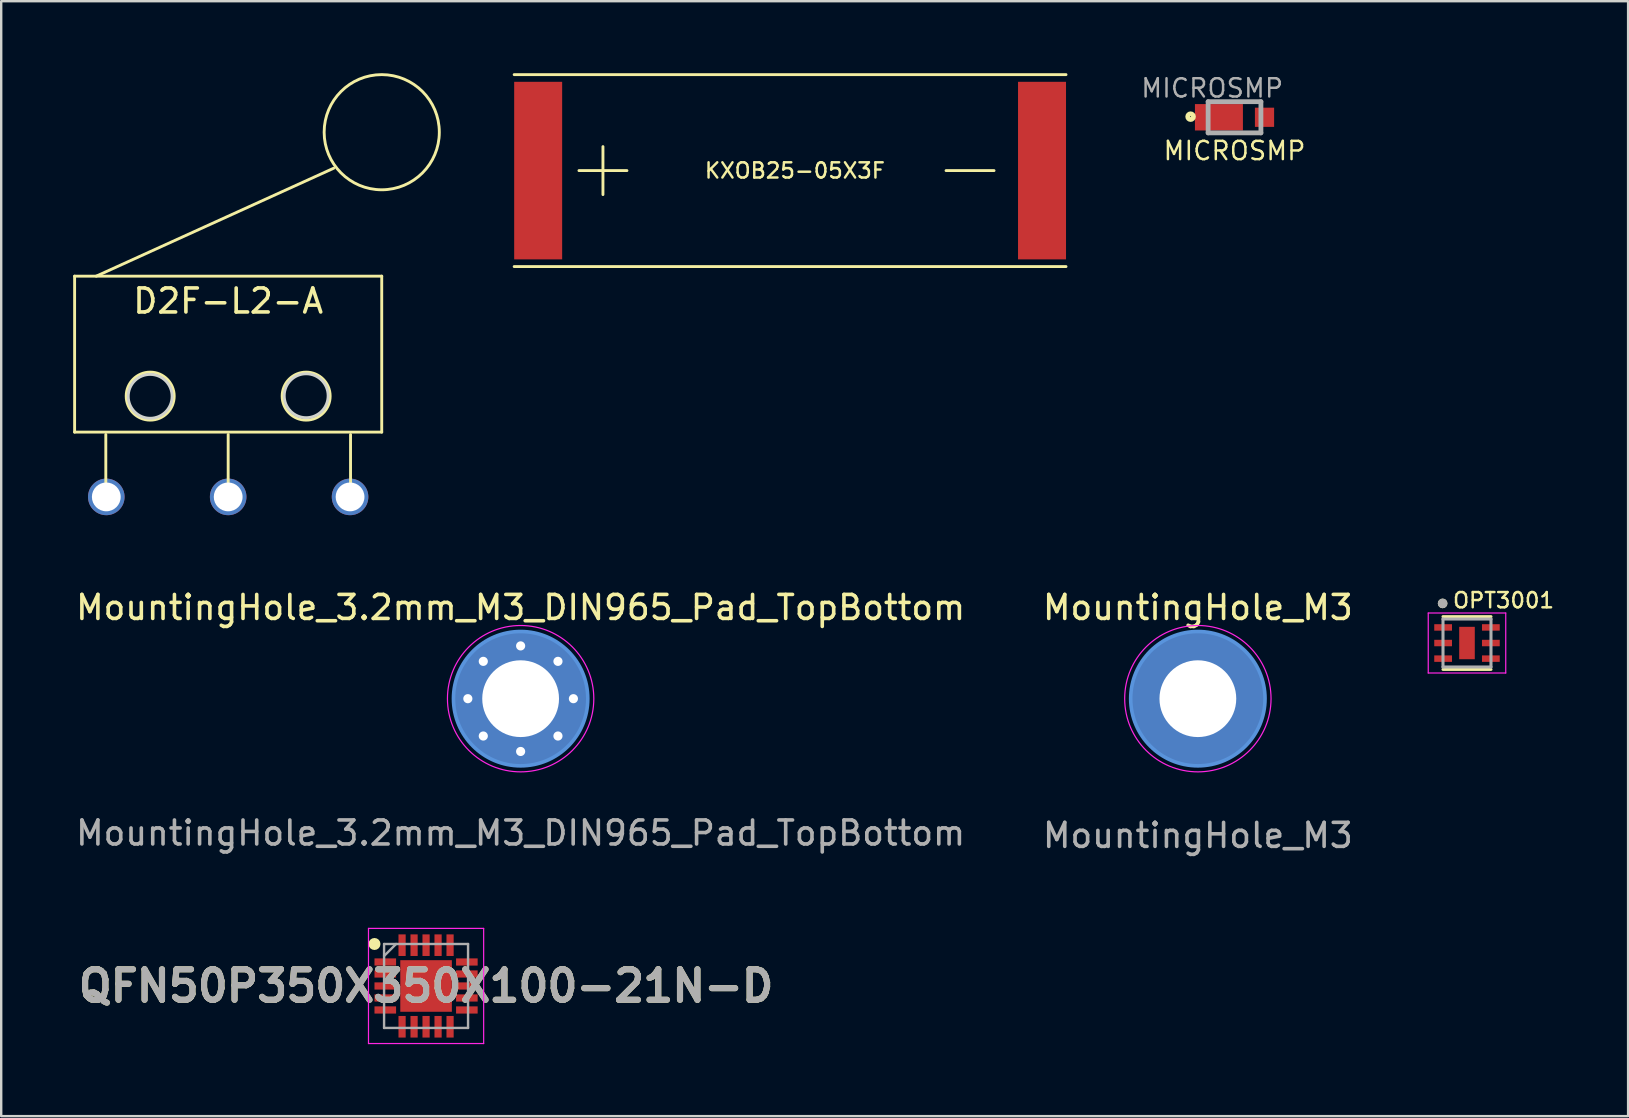
<source format=kicad_pcb>
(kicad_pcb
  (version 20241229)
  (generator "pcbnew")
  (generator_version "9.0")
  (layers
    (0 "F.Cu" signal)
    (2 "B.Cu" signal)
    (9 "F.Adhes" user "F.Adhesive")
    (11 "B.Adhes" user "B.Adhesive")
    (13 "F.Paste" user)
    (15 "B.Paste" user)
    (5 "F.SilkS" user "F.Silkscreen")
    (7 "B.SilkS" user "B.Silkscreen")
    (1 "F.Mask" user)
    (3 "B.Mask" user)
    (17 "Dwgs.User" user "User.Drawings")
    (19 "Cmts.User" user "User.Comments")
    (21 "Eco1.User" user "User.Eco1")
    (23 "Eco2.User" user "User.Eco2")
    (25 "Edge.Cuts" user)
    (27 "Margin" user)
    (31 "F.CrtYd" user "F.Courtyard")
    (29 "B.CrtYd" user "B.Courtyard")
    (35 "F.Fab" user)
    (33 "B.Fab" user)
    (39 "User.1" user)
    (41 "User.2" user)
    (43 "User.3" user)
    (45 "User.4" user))
  (footprint "D2F-L2-A"
    (layer "F.Cu")
    (at 6.46 17.66)
    (property "Reference" "D2F-L2-A" (at 0.0002 -8.163 0) (layer "F.SilkS") (effects (font (size 1 1) (thickness 0.15))))
    (attr through_hole)
    (fp_line (start -6.4 -9.2) (end -6.4 -2.7) (stroke (width 0.12) (type solid)) (layer "F.SilkS"))
    (fp_line (start -6.4 -9.2) (end 6.4 -9.2) (stroke (width 0.12) (type solid)) (layer "F.SilkS"))
    (fp_line (start -5.5 -9.2) (end 4.4 -13.7) (stroke (width 0.12) (type solid)) (layer "F.SilkS"))
    (fp_line (start -5.1 0) (end -5.1 -2.6) (stroke (width 0.12) (type solid)) (layer "F.SilkS"))
    (fp_line (start 0 0) (end 0 -2.6) (stroke (width 0.12) (type solid)) (layer "F.SilkS"))
    (fp_line (start 5.1 0) (end 5.1 -2.6) (stroke (width 0.12) (type solid)) (layer "F.SilkS"))
    (fp_line (start 6.4 -2.7) (end -6.4 -2.7) (stroke (width 0.12) (type solid)) (layer "F.SilkS"))
    (fp_line (start 6.4 -2.7) (end 6.4 -9.2) (stroke (width 0.12) (type solid)) (layer "F.SilkS"))
    (fp_circle (center -3.25 -4.2) (end -2.25 -4.2) (stroke (width 0.12) (type solid)) (fill no) (layer "F.SilkS"))
    (fp_circle (center 3.25 -4.2) (end 4.25 -4.2) (stroke (width 0.12) (type solid)) (fill no) (layer "F.SilkS"))
    (fp_circle (center 6.4 -15.2) (end 8.8 -15.2) (stroke (width 0.12) (type solid)) (fill no) (layer "F.SilkS"))
    (fp_circle (center -3.251 -4.191) (end -2.337 -4.191) (stroke (width 0.12) (type solid)) (fill no) (layer "Edge.Cuts"))
    (fp_circle (center 3.251 -4.216) (end 4.166 -4.216) (stroke (width 0.12) (type solid)) (fill no) (layer "Edge.Cuts"))
    (pad "1" thru_hole circle (at 0 0) (size 1.524 1.524) (drill 1.2) (layers "*.Cu" "*.Mask"))
    (pad "2" thru_hole circle (at -5.08 0) (size 1.524 1.524) (drill 1.2) (layers "*.Cu" "*.Mask"))
    (pad "3" thru_hole circle (at 5.08 0) (size 1.524 1.524) (drill 1.2) (layers "*.Cu" "*.Mask")))
  (footprint "KXOB25-05X3F"
    (layer "F.Cu")
    (at 19.38 4.06)
    (property "Reference" "KXOB25-05X3F" (at 10.7 0 0) (layer "F.SilkS") (effects (font (size 0.635 0.635) (thickness 0.102))))
    (attr smd)
    (fp_line (start -1 -4) (end 22 -4) (stroke (width 0.12) (type solid)) (layer "F.SilkS"))
    (fp_line (start 1.7 0) (end 3.7 0) (stroke (width 0.12) (type solid)) (layer "F.SilkS"))
    (fp_line (start 2.7 -1) (end 2.7 1) (stroke (width 0.12) (type solid)) (layer "F.SilkS"))
    (fp_line (start 17 0) (end 19 0) (stroke (width 0.12) (type solid)) (layer "F.SilkS"))
    (fp_line (start 22 4) (end -1 4) (stroke (width 0.12) (type solid)) (layer "F.SilkS"))
    (pad "1" smd rect (at 0 0) (size 2 7.4) (layers "F.Cu" "F.Mask" "F.Paste"))
    (pad "2" smd rect (at 21 0) (size 2 7.4) (layers "F.Cu" "F.Mask" "F.Paste")))
  (footprint "MountingHole_M3"
    (layer "F.Cu")
    (at 46.875 26.07)
    (property "Reference" "MountingHole_M3" (at 0 -3.8 0) (layer "F.SilkS") (effects (font (size 1 1) (thickness 0.15))))
    (attr exclude_from_pos_files)
    (fp_circle (center 0 0) (end 2.8 0) (stroke (width 0.15) (type solid)) (fill no) (layer "Cmts.User"))
    (fp_circle (center 0 0) (end 3.05 0) (stroke (width 0.05) (type solid)) (fill no) (layer "F.CrtYd"))
    (fp_text user "${REFERENCE}" (at 0 5.7 0) (layer "F.Fab") (effects (font (size 1 1) (thickness 0.15))))
    (pad "" np_thru_hole circle (at 0 0) (size 5.6 5.6) (drill 3.2) (layers "*.Cu" "*.Mask")))
  (footprint "QFN50P350X350X100-21N-D"
    (layer "F.Cu")
    (at 14.708 38.044)
    (property "Reference" "QFN50P350X350X100-21N-D" (at 0 0 0) (layer "F.SilkS") (effects (font (size 1.27 1.27) (thickness 0.254))))
    (attr smd)
    (fp_circle (center -2.15 -1.75) (end -2.15 -1.625) (stroke (width 0.25) (type solid)) (fill no) (layer "F.SilkS"))
    (fp_line (start -2.4 -2.4) (end 2.4 -2.4) (stroke (width 0.05) (type solid)) (layer "F.CrtYd"))
    (fp_line (start -2.4 2.4) (end -2.4 -2.4) (stroke (width 0.05) (type solid)) (layer "F.CrtYd"))
    (fp_line (start 2.4 -2.4) (end 2.4 2.4) (stroke (width 0.05) (type solid)) (layer "F.CrtYd"))
    (fp_line (start 2.4 2.4) (end -2.4 2.4) (stroke (width 0.05) (type solid)) (layer "F.CrtYd"))
    (fp_line (start -1.75 -1.75) (end 1.75 -1.75) (stroke (width 0.1) (type solid)) (layer "F.Fab"))
    (fp_line (start -1.75 -1.25) (end -1.25 -1.75) (stroke (width 0.1) (type solid)) (layer "F.Fab"))
    (fp_line (start -1.75 1.75) (end -1.75 -1.75) (stroke (width 0.1) (type solid)) (layer "F.Fab"))
    (fp_line (start 1.75 -1.75) (end 1.75 1.75) (stroke (width 0.1) (type solid)) (layer "F.Fab"))
    (fp_line (start 1.75 1.75) (end -1.75 1.75) (stroke (width 0.1) (type solid)) (layer "F.Fab"))
    (fp_text user "${REFERENCE}" (at 0 0 0) (layer "F.Fab") (effects (font (size 1.27 1.27) (thickness 0.254))))
    (pad "1" smd rect (at -1.7 -1 90) (size 0.3 0.9) (layers "F.Cu" "F.Mask" "F.Paste"))
    (pad "2" smd rect (at -1.7 -0.5 90) (size 0.3 0.9) (layers "F.Cu" "F.Mask" "F.Paste"))
    (pad "3" smd rect (at -1.7 0 90) (size 0.3 0.9) (layers "F.Cu" "F.Mask" "F.Paste"))
    (pad "4" smd rect (at -1.7 0.5 90) (size 0.3 0.9) (layers "F.Cu" "F.Mask" "F.Paste"))
    (pad "5" smd rect (at -1.7 1 90) (size 0.3 0.9) (layers "F.Cu" "F.Mask" "F.Paste"))
    (pad "6" smd rect (at -1 1.7) (size 0.3 0.9) (layers "F.Cu" "F.Mask" "F.Paste"))
    (pad "7" smd rect (at -0.5 1.7) (size 0.3 0.9) (layers "F.Cu" "F.Mask" "F.Paste"))
    (pad "8" smd rect (at 0 1.7) (size 0.3 0.9) (layers "F.Cu" "F.Mask" "F.Paste"))
    (pad "9" smd rect (at 0.5 1.7) (size 0.3 0.9) (layers "F.Cu" "F.Mask" "F.Paste"))
    (pad "10" smd rect (at 1 1.7) (size 0.3 0.9) (layers "F.Cu" "F.Mask" "F.Paste"))
    (pad "11" smd rect (at 1.7 1 90) (size 0.3 0.9) (layers "F.Cu" "F.Mask" "F.Paste"))
    (pad "12" smd rect (at 1.7 0.5 90) (size 0.3 0.9) (layers "F.Cu" "F.Mask" "F.Paste"))
    (pad "13" smd rect (at 1.7 0 90) (size 0.3 0.9) (layers "F.Cu" "F.Mask" "F.Paste"))
    (pad "14" smd rect (at 1.7 -0.5 90) (size 0.3 0.9) (layers "F.Cu" "F.Mask" "F.Paste"))
    (pad "15" smd rect (at 1.7 -1 90) (size 0.3 0.9) (layers "F.Cu" "F.Mask" "F.Paste"))
    (pad "16" smd rect (at 1 -1.7) (size 0.3 0.9) (layers "F.Cu" "F.Mask" "F.Paste"))
    (pad "17" smd rect (at 0.5 -1.7) (size 0.3 0.9) (layers "F.Cu" "F.Mask" "F.Paste"))
    (pad "18" smd rect (at 0 -1.7) (size 0.3 0.9) (layers "F.Cu" "F.Mask" "F.Paste"))
    (pad "19" smd rect (at -0.5 -1.7) (size 0.3 0.9) (layers "F.Cu" "F.Mask" "F.Paste"))
    (pad "20" smd rect (at -1 -1.7) (size 0.3 0.9) (layers "F.Cu" "F.Mask" "F.Paste"))
    (pad "21" smd rect (at 0 0) (size 2.15 2.15) (layers "F.Cu" "F.Mask" "F.Paste")))
  (footprint "MountingHole_3.2mm_M3_DIN965_Pad_TopBottom"
    (layer "F.Cu")
    (at 18.649 26.07)
    (property "Reference" "MountingHole_3.2mm_M3_DIN965_Pad_TopBottom" (at 0 -3.8 0) (layer "F.SilkS") (effects (font (size 1 1) (thickness 0.15))))
    (attr exclude_from_pos_files exclude_from_bom)
    (fp_circle (center 0 0) (end 2.8 0) (stroke (width 0.15) (type solid)) (fill no) (layer "Cmts.User"))
    (fp_circle (center 0 0) (end 3.05 0) (stroke (width 0.05) (type solid)) (fill no) (layer "F.CrtYd"))
    (fp_text user "${REFERENCE}" (at 0 5.6 0) (layer "F.Fab") (effects (font (size 1 1) (thickness 0.15))))
    (pad "" np_thru_hole circle (at 0 0) (size 3.6 3.6) (drill 3.2) (layers "*.Cu" "*.Mask"))
    (pad "1" thru_hole circle (at -2.2 0) (size 0.762 0.762) (drill 0.381) (layers "*.Cu" "*.Mask"))
    (pad "1" thru_hole circle (at -1.556 -1.556) (size 0.762 0.762) (drill 0.381) (layers "*.Cu" "*.Mask"))
    (pad "1" thru_hole circle (at -1.556 1.556) (size 0.762 0.762) (drill 0.381) (layers "*.Cu" "*.Mask"))
    (pad "1" thru_hole circle (at 0 -2.2) (size 0.762 0.762) (drill 0.381) (layers "*.Cu" "*.Mask"))
    (pad "1" connect circle (at 0 0) (size 5.6 5.6) (layers "F.Cu" "F.Mask"))
    (pad "1" connect circle (at 0 0) (size 5.6 5.6) (layers "B.Cu" "B.Mask"))
    (pad "1" thru_hole circle (at 0 2.2) (size 0.762 0.762) (drill 0.381) (layers "*.Cu" "*.Mask"))
    (pad "1" thru_hole circle (at 1.556 -1.556) (size 0.762 0.762) (drill 0.381) (layers "*.Cu" "*.Mask"))
    (pad "1" thru_hole circle (at 1.556 1.556) (size 0.762 0.762) (drill 0.381) (layers "*.Cu" "*.Mask"))
    (pad "1" thru_hole circle (at 2.2 0) (size 0.762 0.762) (drill 0.381) (layers "*.Cu" "*.Mask")))
  (footprint "MICROSMP"
    (layer "F.Cu")
    (at 48.403 1.838)
    (property "Reference" "MICROSMP" (at 0 1.397 180) (layer "F.SilkS") (effects (font (size 0.762 0.762) (thickness 0.102))))
    (attr smd)
    (fp_circle (center -1.831 -0.026) (end -1.831 -0.007) (stroke (width 0.2) (type solid)) (fill no) (layer "F.SilkS"))
    (fp_line (start -1.1 -0.65) (end 1.1 -0.65) (stroke (width 0.2) (type solid)) (layer "F.Fab"))
    (fp_line (start -1.1 0.65) (end -1.1 -0.65) (stroke (width 0.2) (type solid)) (layer "F.Fab"))
    (fp_line (start 1.1 -0.65) (end 1.1 0.65) (stroke (width 0.2) (type solid)) (layer "F.Fab"))
    (fp_line (start 1.1 0.65) (end -1.1 0.65) (stroke (width 0.2) (type solid)) (layer "F.Fab"))
    (fp_text user "${REFERENCE}" (at -0.93 -1.214 180) (layer "F.Fab") (effects (font (size 0.762 0.762) (thickness 0.102))))
    (pad "1" smd rect (at -0.65 0 90) (size 1.1 2) (layers "F.Cu" "F.Mask" "F.Paste"))
    (pad "2" smd rect (at 1.25 0 90) (size 0.8 0.8) (layers "F.Cu" "F.Mask" "F.Paste")))
  (footprint "OPT3001"
    (layer "F.Cu")
    (at 58.092 23.75)
    (property "Reference" "OPT3001" (at 1.524 -1.778 0) (layer "F.SilkS") (effects (font (size 0.635 0.635) (thickness 0.102))))
    (attr smd)
    (fp_line (start -1 -1.099) (end 1 -1.099) (stroke (width 0.127) (type solid)) (layer "F.SilkS"))
    (fp_line (start -1 1.099) (end 1 1.099) (stroke (width 0.127) (type solid)) (layer "F.SilkS"))
    (fp_circle (center -1.016 -1.651) (end -0.916 -1.651) (stroke (width 0.2) (type solid)) (fill no) (layer "F.SilkS"))
    (fp_poly (pts (xy -0.21 -0.43) (xy 0.21 -0.43) (xy 0.21 0.43) (xy -0.21 0.43)) (stroke (width 0.01) (type solid)) (fill yes) (layer "F.Paste"))
    (fp_line (start -1.615 -1.25) (end -1.615 1.25) (stroke (width 0.05) (type solid)) (layer "F.CrtYd"))
    (fp_line (start -1.615 -1.25) (end 1.615 -1.25) (stroke (width 0.05) (type solid)) (layer "F.CrtYd"))
    (fp_line (start -1.615 1.25) (end 1.615 1.25) (stroke (width 0.05) (type solid)) (layer "F.CrtYd"))
    (fp_line (start 1.615 -1.25) (end 1.615 1.25) (stroke (width 0.05) (type solid)) (layer "F.CrtYd"))
    (fp_line (start -1 -1) (end -1 1) (stroke (width 0.127) (type solid)) (layer "F.Fab"))
    (fp_line (start -1 -1) (end 1 -1) (stroke (width 0.127) (type solid)) (layer "F.Fab"))
    (fp_line (start -1 1) (end 1 1) (stroke (width 0.127) (type solid)) (layer "F.Fab"))
    (fp_line (start 1 -1) (end 1 1) (stroke (width 0.127) (type solid)) (layer "F.Fab"))
    (fp_circle (center -1.016 -1.651) (end -0.916 -1.651) (stroke (width 0.2) (type solid)) (fill no) (layer "F.Fab"))
    (pad "1" smd roundrect (at -0.995 -0.65) (size 0.74 0.27) (layers "F.Cu" "F.Mask" "F.Paste") (roundrect_rratio 0.03))
    (pad "2" smd roundrect (at -0.995 0) (size 0.74 0.27) (layers "F.Cu" "F.Mask" "F.Paste") (roundrect_rratio 0.03))
    (pad "3" smd roundrect (at -0.995 0.65) (size 0.74 0.27) (layers "F.Cu" "F.Mask" "F.Paste") (roundrect_rratio 0.03))
    (pad "4" smd roundrect (at 0.995 0.65) (size 0.74 0.27) (layers "F.Cu" "F.Mask" "F.Paste") (roundrect_rratio 0.03))
    (pad "5" smd roundrect (at 0.995 0) (size 0.74 0.27) (layers "F.Cu" "F.Mask" "F.Paste") (roundrect_rratio 0.03))
    (pad "6" smd roundrect (at 0.995 -0.65) (size 0.74 0.27) (layers "F.Cu" "F.Mask" "F.Paste") (roundrect_rratio 0.03))
    (pad "7" smd rect (at 0 0) (size 0.65 1.35) (layers "F.Cu" "F.Mask")))
  (gr_rect
    (start -3 -3)
    (end 64.807 43.468)
    (stroke (width 0.1) (type default))
    (fill no)
    (layer "Edge.Cuts")))
</source>
